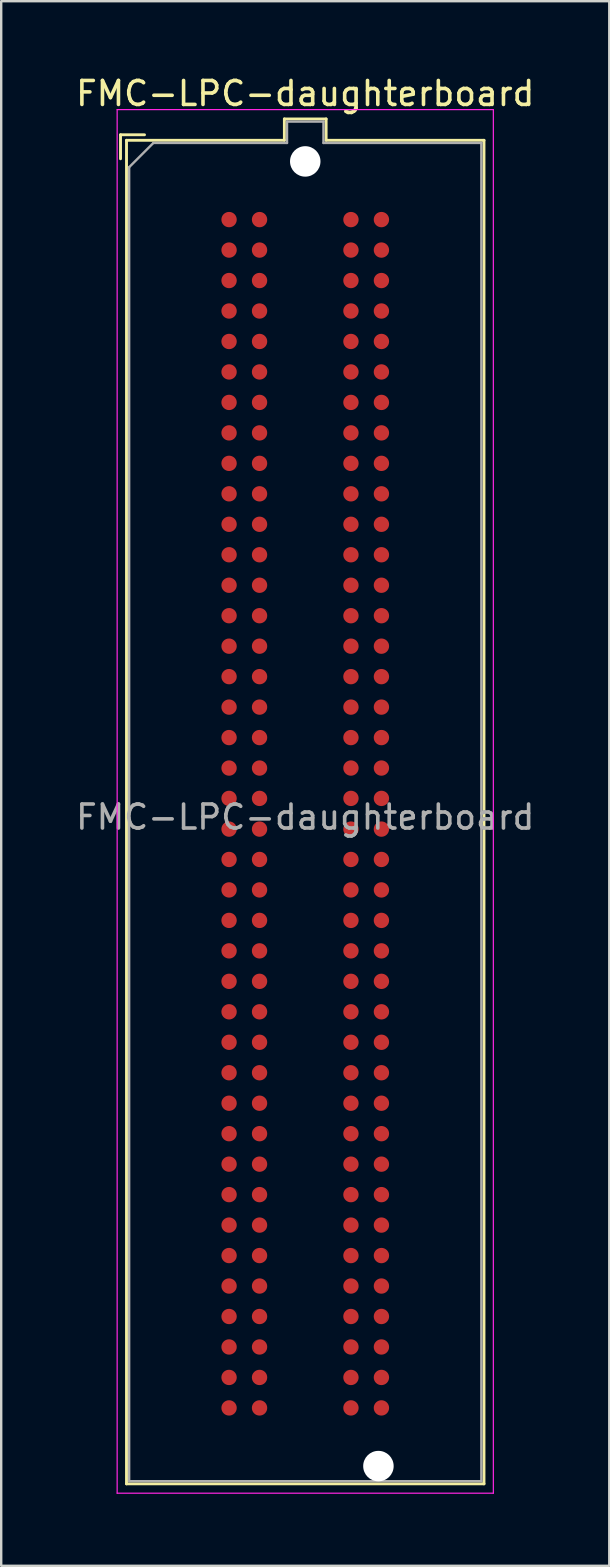
<source format=kicad_pcb>
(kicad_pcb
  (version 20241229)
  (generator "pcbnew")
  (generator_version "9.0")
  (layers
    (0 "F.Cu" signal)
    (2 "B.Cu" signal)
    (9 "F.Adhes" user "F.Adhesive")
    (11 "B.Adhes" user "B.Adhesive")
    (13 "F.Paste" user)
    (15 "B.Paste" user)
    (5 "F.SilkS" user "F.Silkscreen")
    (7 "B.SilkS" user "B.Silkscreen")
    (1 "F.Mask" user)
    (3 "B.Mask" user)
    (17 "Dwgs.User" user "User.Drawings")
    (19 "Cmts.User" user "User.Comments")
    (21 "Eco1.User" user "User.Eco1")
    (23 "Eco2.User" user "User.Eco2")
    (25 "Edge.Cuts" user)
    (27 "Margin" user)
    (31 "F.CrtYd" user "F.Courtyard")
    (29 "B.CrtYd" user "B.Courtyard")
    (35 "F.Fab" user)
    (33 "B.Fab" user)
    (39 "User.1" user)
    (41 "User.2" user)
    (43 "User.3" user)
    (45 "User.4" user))
  (footprint "FMC-LPC-daughterboard"
    (layer "F.Cu")
    (at 9.673 30.868)
    (property "Reference" "FMC-LPC-daughterboard" (at 0 -30.02 0) (layer "F.SilkS") (effects (font (size 1 1) (thickness 0.15))))
    (attr smd)
    (fp_line (start -7.7 -28.3) (end -6.7 -28.3) (stroke (width 0.12) (type solid)) (layer "F.SilkS"))
    (fp_line (start -7.7 -27.3) (end -7.7 -28.3) (stroke (width 0.12) (type solid)) (layer "F.SilkS"))
    (fp_line (start -7.45 -28.07) (end -7.45 27.93) (stroke (width 0.12) (type solid)) (layer "F.SilkS"))
    (fp_line (start -7.45 27.93) (end 7.45 27.93) (stroke (width 0.12) (type solid)) (layer "F.SilkS"))
    (fp_line (start -0.87 -28.96) (end -0.87 -28.07) (stroke (width 0.12) (type solid)) (layer "F.SilkS"))
    (fp_line (start -0.87 -28.07) (end -7.45 -28.07) (stroke (width 0.12) (type solid)) (layer "F.SilkS"))
    (fp_line (start 0.87 -28.96) (end -0.87 -28.96) (stroke (width 0.12) (type solid)) (layer "F.SilkS"))
    (fp_line (start 0.87 -28.07) (end 0.87 -28.96) (stroke (width 0.12) (type solid)) (layer "F.SilkS"))
    (fp_line (start 7.45 -28.07) (end 0.87 -28.07) (stroke (width 0.12) (type solid)) (layer "F.SilkS"))
    (fp_line (start 7.45 27.93) (end 7.45 -28.07) (stroke (width 0.12) (type solid)) (layer "F.SilkS"))
    (fp_line (start -7.84 -29.35) (end -7.84 28.32) (stroke (width 0.05) (type solid)) (layer "F.CrtYd"))
    (fp_line (start -7.84 -29.35) (end 7.84 -29.35) (stroke (width 0.05) (type solid)) (layer "F.CrtYd"))
    (fp_line (start -7.84 28.32) (end 7.84 28.32) (stroke (width 0.05) (type solid)) (layer "F.CrtYd"))
    (fp_line (start 7.84 -29.35) (end 7.84 28.32) (stroke (width 0.05) (type solid)) (layer "F.CrtYd"))
    (fp_line (start -7.34 -26.95) (end -6.33 -27.96) (stroke (width 0.1) (type solid)) (layer "F.Fab"))
    (fp_line (start -7.34 27.82) (end -7.34 -26.95) (stroke (width 0.1) (type solid)) (layer "F.Fab"))
    (fp_line (start -7.34 27.82) (end 7.34 27.82) (stroke (width 0.1) (type solid)) (layer "F.Fab"))
    (fp_line (start -0.76 -28.85) (end 0.76 -28.85) (stroke (width 0.1) (type solid)) (layer "F.Fab"))
    (fp_line (start -0.76 -27.96) (end -6.33 -27.96) (stroke (width 0.1) (type solid)) (layer "F.Fab"))
    (fp_line (start -0.76 -27.96) (end -0.76 -28.85) (stroke (width 0.1) (type solid)) (layer "F.Fab"))
    (fp_line (start 0.76 -27.96) (end 0.76 -28.85) (stroke (width 0.1) (type solid)) (layer "F.Fab"))
    (fp_line (start 0.76 -27.96) (end 7.34 -27.96) (stroke (width 0.1) (type solid)) (layer "F.Fab"))
    (fp_line (start 7.34 27.82) (end 7.34 -27.96) (stroke (width 0.1) (type solid)) (layer "F.Fab"))
    (fp_text user "${REFERENCE}" (at 0 0.14 0) (layer "F.Fab") (effects (font (size 1 1) (thickness 0.15))))
    (pad "" np_thru_hole circle (at 0 -27.19 90) (size 1.27 1.27) (drill 1.27) (layers "*.Cu" "*.Mask"))
    (pad "" np_thru_hole circle (at 3.05 27.19 90) (size 1.27 1.27) (drill 1.27) (layers "*.Cu" "*.Mask"))
    (pad "C1" smd circle (at -3.175 -24.765 90) (size 0.64 0.64) (layers "F.Cu" "F.Mask" "F.Paste"))
    (pad "C2" smd circle (at -3.175 -23.495 90) (size 0.64 0.64) (layers "F.Cu" "F.Mask" "F.Paste"))
    (pad "C3" smd circle (at -3.175 -22.225 90) (size 0.64 0.64) (layers "F.Cu" "F.Mask" "F.Paste"))
    (pad "C4" smd circle (at -3.175 -20.955 90) (size 0.64 0.64) (layers "F.Cu" "F.Mask" "F.Paste"))
    (pad "C5" smd circle (at -3.175 -19.685 90) (size 0.64 0.64) (layers "F.Cu" "F.Mask" "F.Paste"))
    (pad "C6" smd circle (at -3.175 -18.415 90) (size 0.64 0.64) (layers "F.Cu" "F.Mask" "F.Paste"))
    (pad "C7" smd circle (at -3.175 -17.145 90) (size 0.64 0.64) (layers "F.Cu" "F.Mask" "F.Paste"))
    (pad "C8" smd circle (at -3.175 -15.875 90) (size 0.64 0.64) (layers "F.Cu" "F.Mask" "F.Paste"))
    (pad "C9" smd circle (at -3.175 -14.605 90) (size 0.64 0.64) (layers "F.Cu" "F.Mask" "F.Paste"))
    (pad "C10" smd circle (at -3.175 -13.335 90) (size 0.64 0.64) (layers "F.Cu" "F.Mask" "F.Paste"))
    (pad "C11" smd circle (at -3.175 -12.065 90) (size 0.64 0.64) (layers "F.Cu" "F.Mask" "F.Paste"))
    (pad "C12" smd circle (at -3.175 -10.795 90) (size 0.64 0.64) (layers "F.Cu" "F.Mask" "F.Paste"))
    (pad "C13" smd circle (at -3.175 -9.525 90) (size 0.64 0.64) (layers "F.Cu" "F.Mask" "F.Paste"))
    (pad "C14" smd circle (at -3.175 -8.255 90) (size 0.64 0.64) (layers "F.Cu" "F.Mask" "F.Paste"))
    (pad "C15" smd circle (at -3.175 -6.985 90) (size 0.64 0.64) (layers "F.Cu" "F.Mask" "F.Paste"))
    (pad "C16" smd circle (at -3.175 -5.715 90) (size 0.64 0.64) (layers "F.Cu" "F.Mask" "F.Paste"))
    (pad "C17" smd circle (at -3.175 -4.445 90) (size 0.64 0.64) (layers "F.Cu" "F.Mask" "F.Paste"))
    (pad "C18" smd circle (at -3.175 -3.175 90) (size 0.64 0.64) (layers "F.Cu" "F.Mask" "F.Paste"))
    (pad "C19" smd circle (at -3.175 -1.905 90) (size 0.64 0.64) (layers "F.Cu" "F.Mask" "F.Paste"))
    (pad "C20" smd circle (at -3.175 -0.64 90) (size 0.64 0.64) (layers "F.Cu" "F.Mask" "F.Paste"))
    (pad "C21" smd circle (at -3.175 0.64 90) (size 0.64 0.64) (layers "F.Cu" "F.Mask" "F.Paste"))
    (pad "C22" smd circle (at -3.175 1.905 90) (size 0.64 0.64) (layers "F.Cu" "F.Mask" "F.Paste"))
    (pad "C23" smd circle (at -3.175 3.175 90) (size 0.64 0.64) (layers "F.Cu" "F.Mask" "F.Paste"))
    (pad "C24" smd circle (at -3.175 4.445 90) (size 0.64 0.64) (layers "F.Cu" "F.Mask" "F.Paste"))
    (pad "C25" smd circle (at -3.175 5.715 90) (size 0.64 0.64) (layers "F.Cu" "F.Mask" "F.Paste"))
    (pad "C26" smd circle (at -3.175 6.985 90) (size 0.64 0.64) (layers "F.Cu" "F.Mask" "F.Paste"))
    (pad "C27" smd circle (at -3.175 8.255 90) (size 0.64 0.64) (layers "F.Cu" "F.Mask" "F.Paste"))
    (pad "C28" smd circle (at -3.175 9.525 90) (size 0.64 0.64) (layers "F.Cu" "F.Mask" "F.Paste"))
    (pad "C29" smd circle (at -3.175 10.795 90) (size 0.64 0.64) (layers "F.Cu" "F.Mask" "F.Paste"))
    (pad "C30" smd circle (at -3.175 12.065 90) (size 0.64 0.64) (layers "F.Cu" "F.Mask" "F.Paste"))
    (pad "C31" smd circle (at -3.175 13.335 90) (size 0.64 0.64) (layers "F.Cu" "F.Mask" "F.Paste"))
    (pad "C32" smd circle (at -3.175 14.605 90) (size 0.64 0.64) (layers "F.Cu" "F.Mask" "F.Paste"))
    (pad "C33" smd circle (at -3.175 15.875 90) (size 0.64 0.64) (layers "F.Cu" "F.Mask" "F.Paste"))
    (pad "C34" smd circle (at -3.175 17.145 90) (size 0.64 0.64) (layers "F.Cu" "F.Mask" "F.Paste"))
    (pad "C35" smd circle (at -3.175 18.415 90) (size 0.64 0.64) (layers "F.Cu" "F.Mask" "F.Paste"))
    (pad "C36" smd circle (at -3.175 19.685 90) (size 0.64 0.64) (layers "F.Cu" "F.Mask" "F.Paste"))
    (pad "C37" smd circle (at -3.175 20.955 90) (size 0.64 0.64) (layers "F.Cu" "F.Mask" "F.Paste"))
    (pad "C38" smd circle (at -3.175 22.225 90) (size 0.64 0.64) (layers "F.Cu" "F.Mask" "F.Paste"))
    (pad "C39" smd circle (at -3.175 23.495 90) (size 0.64 0.64) (layers "F.Cu" "F.Mask" "F.Paste"))
    (pad "C40" smd circle (at -3.175 24.765 90) (size 0.64 0.64) (layers "F.Cu" "F.Mask" "F.Paste"))
    (pad "D1" smd circle (at -1.905 -24.765 90) (size 0.64 0.64) (layers "F.Cu" "F.Mask" "F.Paste"))
    (pad "D2" smd circle (at -1.905 -23.495 90) (size 0.64 0.64) (layers "F.Cu" "F.Mask" "F.Paste"))
    (pad "D3" smd circle (at -1.905 -22.225 90) (size 0.64 0.64) (layers "F.Cu" "F.Mask" "F.Paste"))
    (pad "D4" smd circle (at -1.905 -20.955 90) (size 0.64 0.64) (layers "F.Cu" "F.Mask" "F.Paste"))
    (pad "D5" smd circle (at -1.905 -19.685 90) (size 0.64 0.64) (layers "F.Cu" "F.Mask" "F.Paste"))
    (pad "D6" smd circle (at -1.905 -18.415 90) (size 0.64 0.64) (layers "F.Cu" "F.Mask" "F.Paste"))
    (pad "D7" smd circle (at -1.905 -17.145 90) (size 0.64 0.64) (layers "F.Cu" "F.Mask" "F.Paste"))
    (pad "D8" smd circle (at -1.905 -15.875 90) (size 0.64 0.64) (layers "F.Cu" "F.Mask" "F.Paste"))
    (pad "D9" smd circle (at -1.905 -14.605 90) (size 0.64 0.64) (layers "F.Cu" "F.Mask" "F.Paste"))
    (pad "D10" smd circle (at -1.905 -13.335 90) (size 0.64 0.64) (layers "F.Cu" "F.Mask" "F.Paste"))
    (pad "D11" smd circle (at -1.905 -12.065 90) (size 0.64 0.64) (layers "F.Cu" "F.Mask" "F.Paste"))
    (pad "D12" smd circle (at -1.905 -10.795 90) (size 0.64 0.64) (layers "F.Cu" "F.Mask" "F.Paste"))
    (pad "D13" smd circle (at -1.905 -9.525 90) (size 0.64 0.64) (layers "F.Cu" "F.Mask" "F.Paste"))
    (pad "D14" smd circle (at -1.905 -8.255 90) (size 0.64 0.64) (layers "F.Cu" "F.Mask" "F.Paste"))
    (pad "D15" smd circle (at -1.905 -6.985 90) (size 0.64 0.64) (layers "F.Cu" "F.Mask" "F.Paste"))
    (pad "D16" smd circle (at -1.905 -5.715 90) (size 0.64 0.64) (layers "F.Cu" "F.Mask" "F.Paste"))
    (pad "D17" smd circle (at -1.905 -4.445 90) (size 0.64 0.64) (layers "F.Cu" "F.Mask" "F.Paste"))
    (pad "D18" smd circle (at -1.905 -3.175 90) (size 0.64 0.64) (layers "F.Cu" "F.Mask" "F.Paste"))
    (pad "D19" smd circle (at -1.905 -1.905 90) (size 0.64 0.64) (layers "F.Cu" "F.Mask" "F.Paste"))
    (pad "D20" smd circle (at -1.905 -0.64 90) (size 0.64 0.64) (layers "F.Cu" "F.Mask" "F.Paste"))
    (pad "D21" smd circle (at -1.905 0.64 90) (size 0.64 0.64) (layers "F.Cu" "F.Mask" "F.Paste"))
    (pad "D22" smd circle (at -1.905 1.905 90) (size 0.64 0.64) (layers "F.Cu" "F.Mask" "F.Paste"))
    (pad "D23" smd circle (at -1.905 3.175 90) (size 0.64 0.64) (layers "F.Cu" "F.Mask" "F.Paste"))
    (pad "D24" smd circle (at -1.905 4.445 90) (size 0.64 0.64) (layers "F.Cu" "F.Mask" "F.Paste"))
    (pad "D25" smd circle (at -1.905 5.715 90) (size 0.64 0.64) (layers "F.Cu" "F.Mask" "F.Paste"))
    (pad "D26" smd circle (at -1.905 6.985 90) (size 0.64 0.64) (layers "F.Cu" "F.Mask" "F.Paste"))
    (pad "D27" smd circle (at -1.905 8.255 90) (size 0.64 0.64) (layers "F.Cu" "F.Mask" "F.Paste"))
    (pad "D28" smd circle (at -1.905 9.525 90) (size 0.64 0.64) (layers "F.Cu" "F.Mask" "F.Paste"))
    (pad "D29" smd circle (at -1.905 10.795 90) (size 0.64 0.64) (layers "F.Cu" "F.Mask" "F.Paste"))
    (pad "D30" smd circle (at -1.905 12.065 90) (size 0.64 0.64) (layers "F.Cu" "F.Mask" "F.Paste"))
    (pad "D31" smd circle (at -1.905 13.335 90) (size 0.64 0.64) (layers "F.Cu" "F.Mask" "F.Paste"))
    (pad "D32" smd circle (at -1.905 14.605 90) (size 0.64 0.64) (layers "F.Cu" "F.Mask" "F.Paste"))
    (pad "D33" smd circle (at -1.905 15.875 90) (size 0.64 0.64) (layers "F.Cu" "F.Mask" "F.Paste"))
    (pad "D34" smd circle (at -1.905 17.145 90) (size 0.64 0.64) (layers "F.Cu" "F.Mask" "F.Paste"))
    (pad "D35" smd circle (at -1.905 18.415 90) (size 0.64 0.64) (layers "F.Cu" "F.Mask" "F.Paste"))
    (pad "D36" smd circle (at -1.905 19.685 90) (size 0.64 0.64) (layers "F.Cu" "F.Mask" "F.Paste"))
    (pad "D37" smd circle (at -1.905 20.955 90) (size 0.64 0.64) (layers "F.Cu" "F.Mask" "F.Paste"))
    (pad "D38" smd circle (at -1.905 22.225 90) (size 0.64 0.64) (layers "F.Cu" "F.Mask" "F.Paste"))
    (pad "D39" smd circle (at -1.905 23.495 90) (size 0.64 0.64) (layers "F.Cu" "F.Mask" "F.Paste"))
    (pad "D40" smd circle (at -1.905 24.765 90) (size 0.64 0.64) (layers "F.Cu" "F.Mask" "F.Paste"))
    (pad "G1" smd circle (at 1.905 -24.765 90) (size 0.64 0.64) (layers "F.Cu" "F.Mask" "F.Paste"))
    (pad "G2" smd circle (at 1.905 -23.495 90) (size 0.64 0.64) (layers "F.Cu" "F.Mask" "F.Paste"))
    (pad "G3" smd circle (at 1.905 -22.225 90) (size 0.64 0.64) (layers "F.Cu" "F.Mask" "F.Paste"))
    (pad "G4" smd circle (at 1.905 -20.955 90) (size 0.64 0.64) (layers "F.Cu" "F.Mask" "F.Paste"))
    (pad "G5" smd circle (at 1.905 -19.685 90) (size 0.64 0.64) (layers "F.Cu" "F.Mask" "F.Paste"))
    (pad "G6" smd circle (at 1.905 -18.415 90) (size 0.64 0.64) (layers "F.Cu" "F.Mask" "F.Paste"))
    (pad "G7" smd circle (at 1.905 -17.145 90) (size 0.64 0.64) (layers "F.Cu" "F.Mask" "F.Paste"))
    (pad "G8" smd circle (at 1.905 -15.875 90) (size 0.64 0.64) (layers "F.Cu" "F.Mask" "F.Paste"))
    (pad "G9" smd circle (at 1.905 -14.605 90) (size 0.64 0.64) (layers "F.Cu" "F.Mask" "F.Paste"))
    (pad "G10" smd circle (at 1.905 -13.335 90) (size 0.64 0.64) (layers "F.Cu" "F.Mask" "F.Paste"))
    (pad "G11" smd circle (at 1.905 -12.065 90) (size 0.64 0.64) (layers "F.Cu" "F.Mask" "F.Paste"))
    (pad "G12" smd circle (at 1.905 -10.795 90) (size 0.64 0.64) (layers "F.Cu" "F.Mask" "F.Paste"))
    (pad "G13" smd circle (at 1.905 -9.525 90) (size 0.64 0.64) (layers "F.Cu" "F.Mask" "F.Paste"))
    (pad "G14" smd circle (at 1.905 -8.255 90) (size 0.64 0.64) (layers "F.Cu" "F.Mask" "F.Paste"))
    (pad "G15" smd circle (at 1.905 -6.985 90) (size 0.64 0.64) (layers "F.Cu" "F.Mask" "F.Paste"))
    (pad "G16" smd circle (at 1.905 -5.715 90) (size 0.64 0.64) (layers "F.Cu" "F.Mask" "F.Paste"))
    (pad "G17" smd circle (at 1.905 -4.445 90) (size 0.64 0.64) (layers "F.Cu" "F.Mask" "F.Paste"))
    (pad "G18" smd circle (at 1.905 -3.175 90) (size 0.64 0.64) (layers "F.Cu" "F.Mask" "F.Paste"))
    (pad "G19" smd circle (at 1.905 -1.905 90) (size 0.64 0.64) (layers "F.Cu" "F.Mask" "F.Paste"))
    (pad "G20" smd circle (at 1.905 -0.64 90) (size 0.64 0.64) (layers "F.Cu" "F.Mask" "F.Paste"))
    (pad "G21" smd circle (at 1.905 0.64 90) (size 0.64 0.64) (layers "F.Cu" "F.Mask" "F.Paste"))
    (pad "G22" smd circle (at 1.905 1.905 90) (size 0.64 0.64) (layers "F.Cu" "F.Mask" "F.Paste"))
    (pad "G23" smd circle (at 1.905 3.175 90) (size 0.64 0.64) (layers "F.Cu" "F.Mask" "F.Paste"))
    (pad "G24" smd circle (at 1.905 4.445 90) (size 0.64 0.64) (layers "F.Cu" "F.Mask" "F.Paste"))
    (pad "G25" smd circle (at 1.905 5.715 90) (size 0.64 0.64) (layers "F.Cu" "F.Mask" "F.Paste"))
    (pad "G26" smd circle (at 1.905 6.985 90) (size 0.64 0.64) (layers "F.Cu" "F.Mask" "F.Paste"))
    (pad "G27" smd circle (at 1.905 8.255 90) (size 0.64 0.64) (layers "F.Cu" "F.Mask" "F.Paste"))
    (pad "G28" smd circle (at 1.905 9.525 90) (size 0.64 0.64) (layers "F.Cu" "F.Mask" "F.Paste"))
    (pad "G29" smd circle (at 1.905 10.795 90) (size 0.64 0.64) (layers "F.Cu" "F.Mask" "F.Paste"))
    (pad "G30" smd circle (at 1.905 12.065 90) (size 0.64 0.64) (layers "F.Cu" "F.Mask" "F.Paste"))
    (pad "G31" smd circle (at 1.905 13.335 90) (size 0.64 0.64) (layers "F.Cu" "F.Mask" "F.Paste"))
    (pad "G32" smd circle (at 1.905 14.605 90) (size 0.64 0.64) (layers "F.Cu" "F.Mask" "F.Paste"))
    (pad "G33" smd circle (at 1.905 15.875 90) (size 0.64 0.64) (layers "F.Cu" "F.Mask" "F.Paste"))
    (pad "G34" smd circle (at 1.905 17.145 90) (size 0.64 0.64) (layers "F.Cu" "F.Mask" "F.Paste"))
    (pad "G35" smd circle (at 1.905 18.415 90) (size 0.64 0.64) (layers "F.Cu" "F.Mask" "F.Paste"))
    (pad "G36" smd circle (at 1.905 19.685 90) (size 0.64 0.64) (layers "F.Cu" "F.Mask" "F.Paste"))
    (pad "G37" smd circle (at 1.905 20.955 90) (size 0.64 0.64) (layers "F.Cu" "F.Mask" "F.Paste"))
    (pad "G38" smd circle (at 1.905 22.225 90) (size 0.64 0.64) (layers "F.Cu" "F.Mask" "F.Paste"))
    (pad "G39" smd circle (at 1.905 23.495 90) (size 0.64 0.64) (layers "F.Cu" "F.Mask" "F.Paste"))
    (pad "G40" smd circle (at 1.905 24.765 90) (size 0.64 0.64) (layers "F.Cu" "F.Mask" "F.Paste"))
    (pad "H1" smd circle (at 3.175 -24.765 90) (size 0.64 0.64) (layers "F.Cu" "F.Mask" "F.Paste"))
    (pad "H2" smd circle (at 3.175 -23.495 90) (size 0.64 0.64) (layers "F.Cu" "F.Mask" "F.Paste"))
    (pad "H3" smd circle (at 3.175 -22.225 90) (size 0.64 0.64) (layers "F.Cu" "F.Mask" "F.Paste"))
    (pad "H4" smd circle (at 3.175 -20.955 90) (size 0.64 0.64) (layers "F.Cu" "F.Mask" "F.Paste"))
    (pad "H5" smd circle (at 3.175 -19.685 90) (size 0.64 0.64) (layers "F.Cu" "F.Mask" "F.Paste"))
    (pad "H6" smd circle (at 3.175 -18.415 90) (size 0.64 0.64) (layers "F.Cu" "F.Mask" "F.Paste"))
    (pad "H7" smd circle (at 3.175 -17.145 90) (size 0.64 0.64) (layers "F.Cu" "F.Mask" "F.Paste"))
    (pad "H8" smd circle (at 3.175 -15.875 90) (size 0.64 0.64) (layers "F.Cu" "F.Mask" "F.Paste"))
    (pad "H9" smd circle (at 3.175 -14.605 90) (size 0.64 0.64) (layers "F.Cu" "F.Mask" "F.Paste"))
    (pad "H10" smd circle (at 3.175 -13.335 90) (size 0.64 0.64) (layers "F.Cu" "F.Mask" "F.Paste"))
    (pad "H11" smd circle (at 3.175 -12.065 90) (size 0.64 0.64) (layers "F.Cu" "F.Mask" "F.Paste"))
    (pad "H12" smd circle (at 3.175 -10.795 90) (size 0.64 0.64) (layers "F.Cu" "F.Mask" "F.Paste"))
    (pad "H13" smd circle (at 3.175 -9.525 90) (size 0.64 0.64) (layers "F.Cu" "F.Mask" "F.Paste"))
    (pad "H14" smd circle (at 3.175 -8.255 90) (size 0.64 0.64) (layers "F.Cu" "F.Mask" "F.Paste"))
    (pad "H15" smd circle (at 3.175 -6.985 90) (size 0.64 0.64) (layers "F.Cu" "F.Mask" "F.Paste"))
    (pad "H16" smd circle (at 3.175 -5.715 90) (size 0.64 0.64) (layers "F.Cu" "F.Mask" "F.Paste"))
    (pad "H17" smd circle (at 3.175 -4.445 90) (size 0.64 0.64) (layers "F.Cu" "F.Mask" "F.Paste"))
    (pad "H18" smd circle (at 3.175 -3.175 90) (size 0.64 0.64) (layers "F.Cu" "F.Mask" "F.Paste"))
    (pad "H19" smd circle (at 3.175 -1.905 90) (size 0.64 0.64) (layers "F.Cu" "F.Mask" "F.Paste"))
    (pad "H20" smd circle (at 3.175 -0.64 90) (size 0.64 0.64) (layers "F.Cu" "F.Mask" "F.Paste"))
    (pad "H21" smd circle (at 3.175 0.64 90) (size 0.64 0.64) (layers "F.Cu" "F.Mask" "F.Paste"))
    (pad "H22" smd circle (at 3.175 1.905 90) (size 0.64 0.64) (layers "F.Cu" "F.Mask" "F.Paste"))
    (pad "H23" smd circle (at 3.175 3.175 90) (size 0.64 0.64) (layers "F.Cu" "F.Mask" "F.Paste"))
    (pad "H24" smd circle (at 3.175 4.445 90) (size 0.64 0.64) (layers "F.Cu" "F.Mask" "F.Paste"))
    (pad "H25" smd circle (at 3.175 5.715 90) (size 0.64 0.64) (layers "F.Cu" "F.Mask" "F.Paste"))
    (pad "H26" smd circle (at 3.175 6.985 90) (size 0.64 0.64) (layers "F.Cu" "F.Mask" "F.Paste"))
    (pad "H27" smd circle (at 3.175 8.255 90) (size 0.64 0.64) (layers "F.Cu" "F.Mask" "F.Paste"))
    (pad "H28" smd circle (at 3.175 9.525 90) (size 0.64 0.64) (layers "F.Cu" "F.Mask" "F.Paste"))
    (pad "H29" smd circle (at 3.175 10.795 90) (size 0.64 0.64) (layers "F.Cu" "F.Mask" "F.Paste"))
    (pad "H30" smd circle (at 3.175 12.065 90) (size 0.64 0.64) (layers "F.Cu" "F.Mask" "F.Paste"))
    (pad "H31" smd circle (at 3.175 13.335 90) (size 0.64 0.64) (layers "F.Cu" "F.Mask" "F.Paste"))
    (pad "H32" smd circle (at 3.175 14.605 90) (size 0.64 0.64) (layers "F.Cu" "F.Mask" "F.Paste"))
    (pad "H33" smd circle (at 3.175 15.875 90) (size 0.64 0.64) (layers "F.Cu" "F.Mask" "F.Paste"))
    (pad "H34" smd circle (at 3.175 17.145 90) (size 0.64 0.64) (layers "F.Cu" "F.Mask" "F.Paste"))
    (pad "H35" smd circle (at 3.175 18.415 90) (size 0.64 0.64) (layers "F.Cu" "F.Mask" "F.Paste"))
    (pad "H36" smd circle (at 3.175 19.685 90) (size 0.64 0.64) (layers "F.Cu" "F.Mask" "F.Paste"))
    (pad "H37" smd circle (at 3.175 20.955 90) (size 0.64 0.64) (layers "F.Cu" "F.Mask" "F.Paste"))
    (pad "H38" smd circle (at 3.175 22.225 90) (size 0.64 0.64) (layers "F.Cu" "F.Mask" "F.Paste"))
    (pad "H39" smd circle (at 3.175 23.495 90) (size 0.64 0.64) (layers "F.Cu" "F.Mask" "F.Paste"))
    (pad "H40" smd circle (at 3.175 24.765 90) (size 0.64 0.64) (layers "F.Cu" "F.Mask" "F.Paste")))
  (gr_rect
    (start -3 -3)
    (end 22.345 62.213)
    (stroke (width 0.1) (type default))
    (fill no)
    (layer "Edge.Cuts")))
</source>
